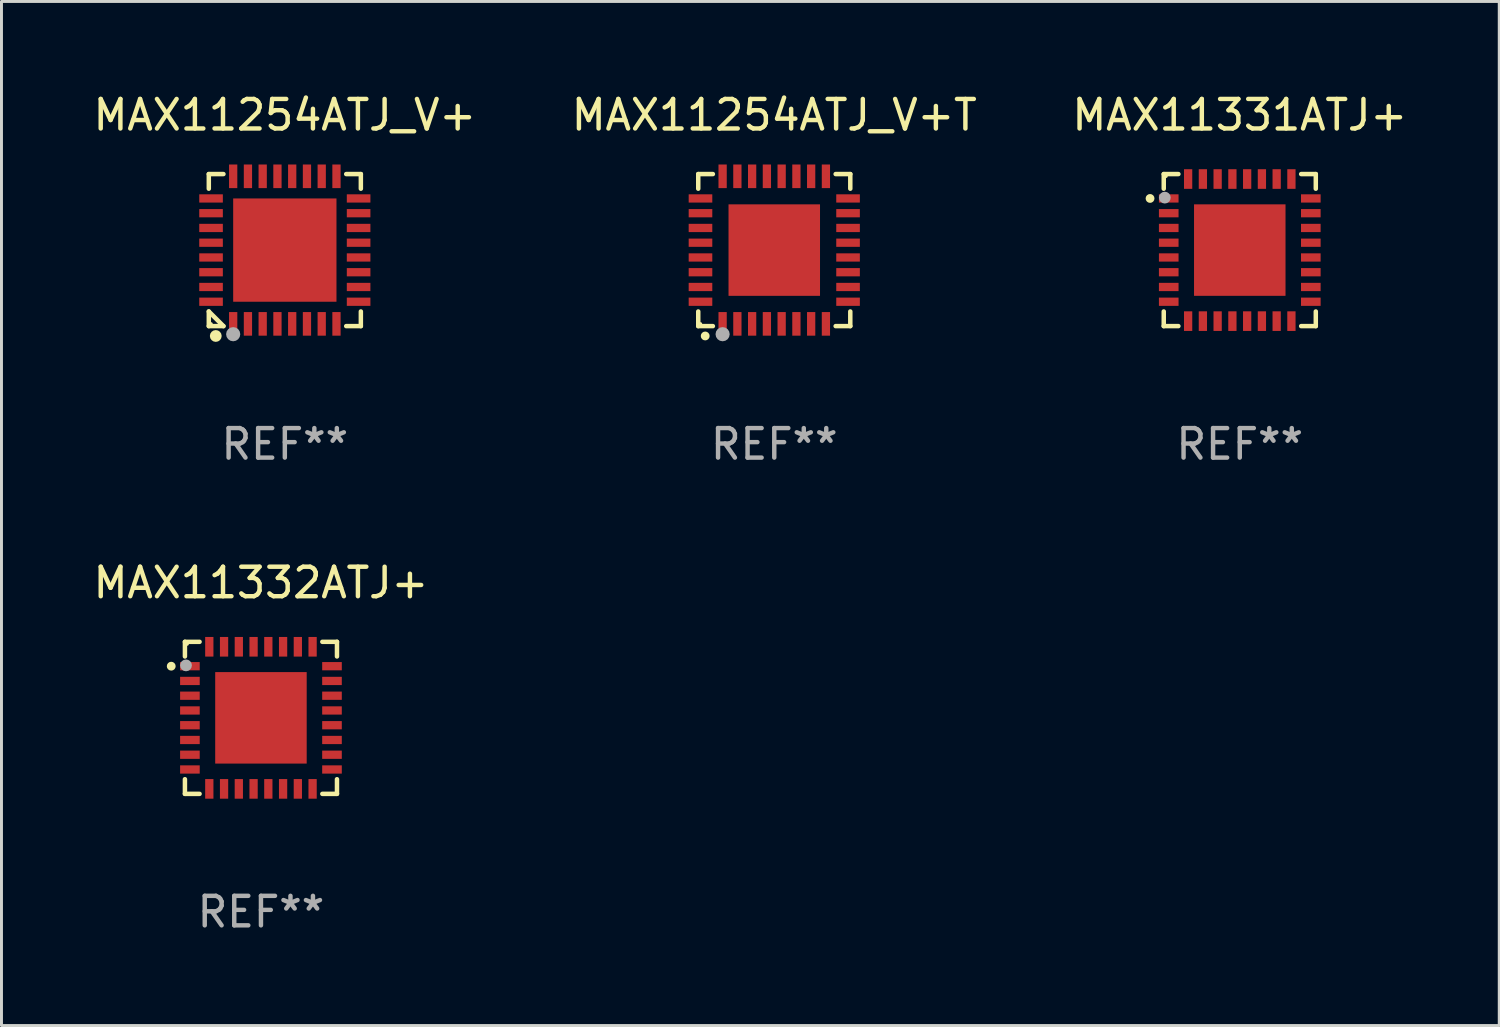
<source format=kicad_pcb>
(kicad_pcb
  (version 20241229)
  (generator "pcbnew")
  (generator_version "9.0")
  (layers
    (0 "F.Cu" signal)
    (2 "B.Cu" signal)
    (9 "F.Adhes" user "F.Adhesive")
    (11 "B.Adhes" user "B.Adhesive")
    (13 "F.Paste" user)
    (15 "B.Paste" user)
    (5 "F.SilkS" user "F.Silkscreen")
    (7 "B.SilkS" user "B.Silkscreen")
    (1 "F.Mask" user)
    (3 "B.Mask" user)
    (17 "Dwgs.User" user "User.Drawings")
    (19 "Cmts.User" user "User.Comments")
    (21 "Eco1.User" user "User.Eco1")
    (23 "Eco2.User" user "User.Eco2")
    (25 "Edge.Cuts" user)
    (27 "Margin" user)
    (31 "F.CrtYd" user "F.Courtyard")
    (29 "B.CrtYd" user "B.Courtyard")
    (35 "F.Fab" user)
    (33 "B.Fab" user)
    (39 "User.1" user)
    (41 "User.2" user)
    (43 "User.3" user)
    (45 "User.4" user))
  (footprint "MAX11331ATJ+"
    (layer "F.Cu")
    (at 38.958 5.424)
    (property "Reference" "MAX11331ATJ+" (at 0 -4.576 0) (layer "F.SilkS") (effects (font (size 1 1) (thickness 0.15))))
    (attr through_hole)
    (fp_line (start -2.576 -2.576) (end -2.576 -2.08) (stroke (width 0.152) (type solid)) (layer "F.SilkS"))
    (fp_line (start -2.576 2.576) (end -2.576 2.08) (stroke (width 0.152) (type solid)) (layer "F.SilkS"))
    (fp_line (start -2.08 -2.576) (end -2.576 -2.576) (stroke (width 0.152) (type solid)) (layer "F.SilkS"))
    (fp_line (start -2.08 2.576) (end -2.576 2.576) (stroke (width 0.152) (type solid)) (layer "F.SilkS"))
    (fp_line (start 2.08 -2.576) (end 2.576 -2.576) (stroke (width 0.152) (type solid)) (layer "F.SilkS"))
    (fp_line (start 2.08 2.576) (end 2.576 2.576) (stroke (width 0.152) (type solid)) (layer "F.SilkS"))
    (fp_line (start 2.576 -2.576) (end 2.576 -2.08) (stroke (width 0.152) (type solid)) (layer "F.SilkS"))
    (fp_line (start 2.576 2.576) (end 2.576 2.08) (stroke (width 0.152) (type solid)) (layer "F.SilkS"))
    (fp_circle (center -3.04 -1.75) (end -2.965 -1.75) (stroke (width 0.15) (type solid)) (fill no) (layer "F.SilkS"))
    (fp_circle (center -2.5 -2.5) (end -2.47 -2.5) (stroke (width 0.06) (type solid)) (fill no) (layer "F.SilkS"))
    (fp_circle (center -2.54 -1.778) (end -2.44 -1.778) (stroke (width 0.2) (type solid)) (fill no) (layer "F.Fab"))
    (fp_text user "REF**" (at 0 6.576 0) (layer "F.Fab") (effects (font (size 1 1) (thickness 0.15))))
    (pad "1" smd rect (at -2.407 -1.75) (size 0.665 0.28) (layers "F.Cu" "F.Mask" "F.Paste"))
    (pad "2" smd rect (at -2.407 -1.25) (size 0.665 0.28) (layers "F.Cu" "F.Mask" "F.Paste"))
    (pad "3" smd rect (at -2.407 -0.75) (size 0.665 0.28) (layers "F.Cu" "F.Mask" "F.Paste"))
    (pad "4" smd rect (at -2.407 -0.25) (size 0.665 0.28) (layers "F.Cu" "F.Mask" "F.Paste"))
    (pad "5" smd rect (at -2.407 0.25) (size 0.665 0.28) (layers "F.Cu" "F.Mask" "F.Paste"))
    (pad "6" smd rect (at -2.407 0.75) (size 0.665 0.28) (layers "F.Cu" "F.Mask" "F.Paste"))
    (pad "7" smd rect (at -2.407 1.25) (size 0.665 0.28) (layers "F.Cu" "F.Mask" "F.Paste"))
    (pad "8" smd rect (at -2.407 1.75) (size 0.665 0.28) (layers "F.Cu" "F.Mask" "F.Paste"))
    (pad "9" smd rect (at -1.75 2.407) (size 0.28 0.665) (layers "F.Cu" "F.Mask" "F.Paste"))
    (pad "10" smd rect (at -1.25 2.407) (size 0.28 0.665) (layers "F.Cu" "F.Mask" "F.Paste"))
    (pad "11" smd rect (at -0.75 2.407) (size 0.28 0.665) (layers "F.Cu" "F.Mask" "F.Paste"))
    (pad "12" smd rect (at -0.25 2.407) (size 0.28 0.665) (layers "F.Cu" "F.Mask" "F.Paste"))
    (pad "13" smd rect (at 0.25 2.407) (size 0.28 0.665) (layers "F.Cu" "F.Mask" "F.Paste"))
    (pad "14" smd rect (at 0.75 2.407) (size 0.28 0.665) (layers "F.Cu" "F.Mask" "F.Paste"))
    (pad "15" smd rect (at 1.25 2.407) (size 0.28 0.665) (layers "F.Cu" "F.Mask" "F.Paste"))
    (pad "16" smd rect (at 1.75 2.407) (size 0.28 0.665) (layers "F.Cu" "F.Mask" "F.Paste"))
    (pad "17" smd rect (at 2.407 1.75) (size 0.665 0.28) (layers "F.Cu" "F.Mask" "F.Paste"))
    (pad "18" smd rect (at 2.407 1.25) (size 0.665 0.28) (layers "F.Cu" "F.Mask" "F.Paste"))
    (pad "19" smd rect (at 2.407 0.75) (size 0.665 0.28) (layers "F.Cu" "F.Mask" "F.Paste"))
    (pad "20" smd rect (at 2.407 0.25) (size 0.665 0.28) (layers "F.Cu" "F.Mask" "F.Paste"))
    (pad "21" smd rect (at 2.407 -0.25) (size 0.665 0.28) (layers "F.Cu" "F.Mask" "F.Paste"))
    (pad "22" smd rect (at 2.407 -0.75) (size 0.665 0.28) (layers "F.Cu" "F.Mask" "F.Paste"))
    (pad "23" smd rect (at 2.407 -1.25) (size 0.665 0.28) (layers "F.Cu" "F.Mask" "F.Paste"))
    (pad "24" smd rect (at 2.407 -1.75) (size 0.665 0.28) (layers "F.Cu" "F.Mask" "F.Paste"))
    (pad "25" smd rect (at 1.75 -2.408) (size 0.28 0.665) (layers "F.Cu" "F.Mask" "F.Paste"))
    (pad "26" smd rect (at 1.25 -2.408) (size 0.28 0.665) (layers "F.Cu" "F.Mask" "F.Paste"))
    (pad "27" smd rect (at 0.75 -2.408) (size 0.28 0.665) (layers "F.Cu" "F.Mask" "F.Paste"))
    (pad "28" smd rect (at 0.25 -2.408) (size 0.28 0.665) (layers "F.Cu" "F.Mask" "F.Paste"))
    (pad "29" smd rect (at -0.25 -2.408) (size 0.28 0.665) (layers "F.Cu" "F.Mask" "F.Paste"))
    (pad "30" smd rect (at -0.75 -2.408) (size 0.28 0.665) (layers "F.Cu" "F.Mask" "F.Paste"))
    (pad "31" smd rect (at -1.25 -2.408) (size 0.28 0.665) (layers "F.Cu" "F.Mask" "F.Paste"))
    (pad "32" smd rect (at -1.75 -2.408) (size 0.28 0.665) (layers "F.Cu" "F.Mask" "F.Paste"))
    (pad "33" smd rect (at -0.000076 -0.000102) (size 3.1 3.1) (layers "F.Cu" "F.Mask" "F.Paste")))
  (footprint "MAX11254ATJ_V+T"
    (layer "F.Cu")
    (at 23.185 5.424)
    (property "Reference" "MAX11254ATJ_V+T" (at 0 -4.576 0) (layer "F.SilkS") (effects (font (size 1 1) (thickness 0.15))))
    (attr through_hole)
    (fp_line (start -2.576 -2.576) (end -2.08 -2.576) (stroke (width 0.152) (type solid)) (layer "F.SilkS"))
    (fp_line (start -2.576 -2.08) (end -2.576 -2.576) (stroke (width 0.152) (type solid)) (layer "F.SilkS"))
    (fp_line (start -2.576 2.08) (end -2.576 2.576) (stroke (width 0.152) (type solid)) (layer "F.SilkS"))
    (fp_line (start -2.576 2.576) (end -2.08 2.576) (stroke (width 0.152) (type solid)) (layer "F.SilkS"))
    (fp_line (start 2.576 -2.576) (end 2.08 -2.576) (stroke (width 0.152) (type solid)) (layer "F.SilkS"))
    (fp_line (start 2.576 -2.08) (end 2.576 -2.576) (stroke (width 0.152) (type solid)) (layer "F.SilkS"))
    (fp_line (start 2.576 2.08) (end 2.576 2.576) (stroke (width 0.152) (type solid)) (layer "F.SilkS"))
    (fp_line (start 2.576 2.576) (end 2.08 2.576) (stroke (width 0.152) (type solid)) (layer "F.SilkS"))
    (fp_circle (center -2.5 2.5) (end -2.47 2.5) (stroke (width 0.06) (type solid)) (fill no) (layer "F.SilkS"))
    (fp_circle (center -2.34 2.91) (end -2.265 2.91) (stroke (width 0.15) (type solid)) (fill no) (layer "F.SilkS"))
    (fp_circle (center -1.75 2.85) (end -1.63 2.85) (stroke (width 0.24) (type solid)) (fill no) (layer "F.Fab"))
    (fp_text user "REF**" (at 0 6.576 0) (layer "F.Fab") (effects (font (size 1 1) (thickness 0.15))))
    (pad "1" smd rect (at -1.75 2.5) (size 0.28 0.8) (layers "F.Cu" "F.Mask" "F.Paste"))
    (pad "2" smd rect (at -1.25 2.5) (size 0.28 0.8) (layers "F.Cu" "F.Mask" "F.Paste"))
    (pad "3" smd rect (at -0.75 2.5) (size 0.28 0.8) (layers "F.Cu" "F.Mask" "F.Paste"))
    (pad "4" smd rect (at -0.25 2.5) (size 0.28 0.8) (layers "F.Cu" "F.Mask" "F.Paste"))
    (pad "5" smd rect (at 0.25 2.5) (size 0.28 0.8) (layers "F.Cu" "F.Mask" "F.Paste"))
    (pad "6" smd rect (at 0.75 2.5) (size 0.28 0.8) (layers "F.Cu" "F.Mask" "F.Paste"))
    (pad "7" smd rect (at 1.25 2.5) (size 0.28 0.8) (layers "F.Cu" "F.Mask" "F.Paste"))
    (pad "8" smd rect (at 1.75 2.5) (size 0.28 0.8) (layers "F.Cu" "F.Mask" "F.Paste"))
    (pad "9" smd rect (at 2.5 1.75) (size 0.8 0.28) (layers "F.Cu" "F.Mask" "F.Paste"))
    (pad "10" smd rect (at 2.5 1.25) (size 0.8 0.28) (layers "F.Cu" "F.Mask" "F.Paste"))
    (pad "11" smd rect (at 2.5 0.75) (size 0.8 0.28) (layers "F.Cu" "F.Mask" "F.Paste"))
    (pad "12" smd rect (at 2.5 0.25) (size 0.8 0.28) (layers "F.Cu" "F.Mask" "F.Paste"))
    (pad "13" smd rect (at 2.5 -0.25) (size 0.8 0.28) (layers "F.Cu" "F.Mask" "F.Paste"))
    (pad "14" smd rect (at 2.5 -0.75) (size 0.8 0.28) (layers "F.Cu" "F.Mask" "F.Paste"))
    (pad "15" smd rect (at 2.5 -1.25) (size 0.8 0.28) (layers "F.Cu" "F.Mask" "F.Paste"))
    (pad "16" smd rect (at 2.5 -1.75) (size 0.8 0.28) (layers "F.Cu" "F.Mask" "F.Paste"))
    (pad "17" smd rect (at 1.75 -2.5) (size 0.28 0.8) (layers "F.Cu" "F.Mask" "F.Paste"))
    (pad "18" smd rect (at 1.25 -2.5) (size 0.28 0.8) (layers "F.Cu" "F.Mask" "F.Paste"))
    (pad "19" smd rect (at 0.75 -2.5) (size 0.28 0.8) (layers "F.Cu" "F.Mask" "F.Paste"))
    (pad "20" smd rect (at 0.25 -2.5) (size 0.28 0.8) (layers "F.Cu" "F.Mask" "F.Paste"))
    (pad "21" smd rect (at -0.25 -2.5) (size 0.28 0.8) (layers "F.Cu" "F.Mask" "F.Paste"))
    (pad "22" smd rect (at -0.75 -2.5) (size 0.28 0.8) (layers "F.Cu" "F.Mask" "F.Paste"))
    (pad "23" smd rect (at -1.25 -2.5) (size 0.28 0.8) (layers "F.Cu" "F.Mask" "F.Paste"))
    (pad "24" smd rect (at -1.75 -2.5) (size 0.28 0.8) (layers "F.Cu" "F.Mask" "F.Paste"))
    (pad "25" smd rect (at -2.5 -1.75) (size 0.8 0.28) (layers "F.Cu" "F.Mask" "F.Paste"))
    (pad "26" smd rect (at -2.5 -1.25) (size 0.8 0.28) (layers "F.Cu" "F.Mask" "F.Paste"))
    (pad "27" smd rect (at -2.5 -0.75) (size 0.8 0.28) (layers "F.Cu" "F.Mask" "F.Paste"))
    (pad "28" smd rect (at -2.5 -0.25) (size 0.8 0.28) (layers "F.Cu" "F.Mask" "F.Paste"))
    (pad "29" smd rect (at -2.5 0.25) (size 0.8 0.28) (layers "F.Cu" "F.Mask" "F.Paste"))
    (pad "30" smd rect (at -2.5 0.75) (size 0.8 0.28) (layers "F.Cu" "F.Mask" "F.Paste"))
    (pad "31" smd rect (at -2.5 1.25) (size 0.8 0.28) (layers "F.Cu" "F.Mask" "F.Paste"))
    (pad "32" smd rect (at -2.5 1.75) (size 0.8 0.28) (layers "F.Cu" "F.Mask" "F.Paste"))
    (pad "33" smd rect (at 0 0) (size 3.1 3.1) (layers "F.Cu" "F.Mask" "F.Paste")))
  (footprint "MAX11254ATJ_V+"
    (layer "F.Cu")
    (at 6.601 5.424)
    (property "Reference" "MAX11254ATJ_V+" (at 0 -4.576 0) (layer "F.SilkS") (effects (font (size 1 1) (thickness 0.15))))
    (attr through_hole)
    (fp_line (start -2.576 -2.576) (end -2.08 -2.576) (stroke (width 0.152) (type solid)) (layer "F.SilkS"))
    (fp_line (start -2.576 -2.08) (end -2.576 -2.576) (stroke (width 0.152) (type solid)) (layer "F.SilkS"))
    (fp_line (start -2.576 2.08) (end -2.576 2.576) (stroke (width 0.152) (type solid)) (layer "F.SilkS"))
    (fp_line (start -2.576 2.08) (end -2.08 2.576) (stroke (width 0.152) (type solid)) (layer "F.SilkS"))
    (fp_line (start -2.576 2.576) (end -2.08 2.576) (stroke (width 0.152) (type solid)) (layer "F.SilkS"))
    (fp_line (start 2.576 -2.576) (end 2.08 -2.576) (stroke (width 0.152) (type solid)) (layer "F.SilkS"))
    (fp_line (start 2.576 -2.08) (end 2.576 -2.576) (stroke (width 0.152) (type solid)) (layer "F.SilkS"))
    (fp_line (start 2.576 2.08) (end 2.576 2.576) (stroke (width 0.152) (type solid)) (layer "F.SilkS"))
    (fp_line (start 2.576 2.576) (end 2.08 2.576) (stroke (width 0.152) (type solid)) (layer "F.SilkS"))
    (fp_circle (center -2.5 2.5) (end -2.47 2.5) (stroke (width 0.06) (type solid)) (fill no) (layer "F.SilkS"))
    (fp_circle (center -2.34 2.91) (end -2.24 2.91) (stroke (width 0.2) (type solid)) (fill no) (layer "F.SilkS"))
    (fp_circle (center -1.75 2.85) (end -1.63 2.85) (stroke (width 0.24) (type solid)) (fill no) (layer "F.Fab"))
    (fp_text user "REF**" (at 0 6.576 0) (layer "F.Fab") (effects (font (size 1 1) (thickness 0.15))))
    (pad "1" smd rect (at -1.75 2.5) (size 0.28 0.8) (layers "F.Cu" "F.Mask" "F.Paste"))
    (pad "2" smd rect (at -1.25 2.5) (size 0.28 0.8) (layers "F.Cu" "F.Mask" "F.Paste"))
    (pad "3" smd rect (at -0.75 2.5) (size 0.28 0.8) (layers "F.Cu" "F.Mask" "F.Paste"))
    (pad "4" smd rect (at -0.25 2.5) (size 0.28 0.8) (layers "F.Cu" "F.Mask" "F.Paste"))
    (pad "5" smd rect (at 0.25 2.5) (size 0.28 0.8) (layers "F.Cu" "F.Mask" "F.Paste"))
    (pad "6" smd rect (at 0.75 2.5) (size 0.28 0.8) (layers "F.Cu" "F.Mask" "F.Paste"))
    (pad "7" smd rect (at 1.25 2.5) (size 0.28 0.8) (layers "F.Cu" "F.Mask" "F.Paste"))
    (pad "8" smd rect (at 1.75 2.5) (size 0.28 0.8) (layers "F.Cu" "F.Mask" "F.Paste"))
    (pad "9" smd rect (at 2.5 1.75) (size 0.8 0.28) (layers "F.Cu" "F.Mask" "F.Paste"))
    (pad "10" smd rect (at 2.5 1.25) (size 0.8 0.28) (layers "F.Cu" "F.Mask" "F.Paste"))
    (pad "11" smd rect (at 2.5 0.75) (size 0.8 0.28) (layers "F.Cu" "F.Mask" "F.Paste"))
    (pad "12" smd rect (at 2.5 0.25) (size 0.8 0.28) (layers "F.Cu" "F.Mask" "F.Paste"))
    (pad "13" smd rect (at 2.5 -0.25) (size 0.8 0.28) (layers "F.Cu" "F.Mask" "F.Paste"))
    (pad "14" smd rect (at 2.5 -0.75) (size 0.8 0.28) (layers "F.Cu" "F.Mask" "F.Paste"))
    (pad "15" smd rect (at 2.5 -1.25) (size 0.8 0.28) (layers "F.Cu" "F.Mask" "F.Paste"))
    (pad "16" smd rect (at 2.5 -1.75) (size 0.8 0.28) (layers "F.Cu" "F.Mask" "F.Paste"))
    (pad "17" smd rect (at 1.75 -2.5) (size 0.28 0.8) (layers "F.Cu" "F.Mask" "F.Paste"))
    (pad "18" smd rect (at 1.25 -2.5) (size 0.28 0.8) (layers "F.Cu" "F.Mask" "F.Paste"))
    (pad "19" smd rect (at 0.75 -2.5) (size 0.28 0.8) (layers "F.Cu" "F.Mask" "F.Paste"))
    (pad "20" smd rect (at 0.25 -2.5) (size 0.28 0.8) (layers "F.Cu" "F.Mask" "F.Paste"))
    (pad "21" smd rect (at -0.25 -2.5) (size 0.28 0.8) (layers "F.Cu" "F.Mask" "F.Paste"))
    (pad "22" smd rect (at -0.75 -2.5) (size 0.28 0.8) (layers "F.Cu" "F.Mask" "F.Paste"))
    (pad "23" smd rect (at -1.25 -2.5) (size 0.28 0.8) (layers "F.Cu" "F.Mask" "F.Paste"))
    (pad "24" smd rect (at -1.75 -2.5) (size 0.28 0.8) (layers "F.Cu" "F.Mask" "F.Paste"))
    (pad "25" smd rect (at -2.5 -1.75) (size 0.8 0.28) (layers "F.Cu" "F.Mask" "F.Paste"))
    (pad "26" smd rect (at -2.5 -1.25) (size 0.8 0.28) (layers "F.Cu" "F.Mask" "F.Paste"))
    (pad "27" smd rect (at -2.5 -0.75) (size 0.8 0.28) (layers "F.Cu" "F.Mask" "F.Paste"))
    (pad "28" smd rect (at -2.5 -0.25) (size 0.8 0.28) (layers "F.Cu" "F.Mask" "F.Paste"))
    (pad "29" smd rect (at -2.5 0.25) (size 0.8 0.28) (layers "F.Cu" "F.Mask" "F.Paste"))
    (pad "30" smd rect (at -2.5 0.75) (size 0.8 0.28) (layers "F.Cu" "F.Mask" "F.Paste"))
    (pad "31" smd rect (at -2.5 1.25) (size 0.8 0.28) (layers "F.Cu" "F.Mask" "F.Paste"))
    (pad "32" smd rect (at -2.5 1.75) (size 0.8 0.28) (layers "F.Cu" "F.Mask" "F.Paste"))
    (pad "33" smd rect (at 0 0) (size 3.5 3.5) (layers "F.Cu" "F.Mask" "F.Paste")))
  (footprint "MAX11332ATJ+"
    (layer "F.Cu")
    (at 5.792 21.273)
    (property "Reference" "MAX11332ATJ+" (at 0 -4.576 0) (layer "F.SilkS") (effects (font (size 1 1) (thickness 0.15))))
    (attr through_hole)
    (fp_line (start -2.576 -2.576) (end -2.576 -2.08) (stroke (width 0.152) (type solid)) (layer "F.SilkS"))
    (fp_line (start -2.576 2.576) (end -2.576 2.08) (stroke (width 0.152) (type solid)) (layer "F.SilkS"))
    (fp_line (start -2.08 -2.576) (end -2.576 -2.576) (stroke (width 0.152) (type solid)) (layer "F.SilkS"))
    (fp_line (start -2.08 2.576) (end -2.576 2.576) (stroke (width 0.152) (type solid)) (layer "F.SilkS"))
    (fp_line (start 2.08 -2.576) (end 2.576 -2.576) (stroke (width 0.152) (type solid)) (layer "F.SilkS"))
    (fp_line (start 2.08 2.576) (end 2.576 2.576) (stroke (width 0.152) (type solid)) (layer "F.SilkS"))
    (fp_line (start 2.576 -2.576) (end 2.576 -2.08) (stroke (width 0.152) (type solid)) (layer "F.SilkS"))
    (fp_line (start 2.576 2.576) (end 2.576 2.08) (stroke (width 0.152) (type solid)) (layer "F.SilkS"))
    (fp_circle (center -3.04 -1.75) (end -2.965 -1.75) (stroke (width 0.15) (type solid)) (fill no) (layer "F.SilkS"))
    (fp_circle (center -2.5 -2.5) (end -2.47 -2.5) (stroke (width 0.06) (type solid)) (fill no) (layer "F.SilkS"))
    (fp_circle (center -2.54 -1.778) (end -2.44 -1.778) (stroke (width 0.2) (type solid)) (fill no) (layer "F.Fab"))
    (fp_text user "REF**" (at 0 6.576 0) (layer "F.Fab") (effects (font (size 1 1) (thickness 0.15))))
    (pad "1" smd rect (at -2.407 -1.75) (size 0.665 0.28) (layers "F.Cu" "F.Mask" "F.Paste"))
    (pad "2" smd rect (at -2.407 -1.25) (size 0.665 0.28) (layers "F.Cu" "F.Mask" "F.Paste"))
    (pad "3" smd rect (at -2.407 -0.75) (size 0.665 0.28) (layers "F.Cu" "F.Mask" "F.Paste"))
    (pad "4" smd rect (at -2.407 -0.25) (size 0.665 0.28) (layers "F.Cu" "F.Mask" "F.Paste"))
    (pad "5" smd rect (at -2.407 0.25) (size 0.665 0.28) (layers "F.Cu" "F.Mask" "F.Paste"))
    (pad "6" smd rect (at -2.407 0.75) (size 0.665 0.28) (layers "F.Cu" "F.Mask" "F.Paste"))
    (pad "7" smd rect (at -2.407 1.25) (size 0.665 0.28) (layers "F.Cu" "F.Mask" "F.Paste"))
    (pad "8" smd rect (at -2.407 1.75) (size 0.665 0.28) (layers "F.Cu" "F.Mask" "F.Paste"))
    (pad "9" smd rect (at -1.75 2.407) (size 0.28 0.665) (layers "F.Cu" "F.Mask" "F.Paste"))
    (pad "10" smd rect (at -1.25 2.407) (size 0.28 0.665) (layers "F.Cu" "F.Mask" "F.Paste"))
    (pad "11" smd rect (at -0.75 2.407) (size 0.28 0.665) (layers "F.Cu" "F.Mask" "F.Paste"))
    (pad "12" smd rect (at -0.25 2.407) (size 0.28 0.665) (layers "F.Cu" "F.Mask" "F.Paste"))
    (pad "13" smd rect (at 0.25 2.407) (size 0.28 0.665) (layers "F.Cu" "F.Mask" "F.Paste"))
    (pad "14" smd rect (at 0.75 2.407) (size 0.28 0.665) (layers "F.Cu" "F.Mask" "F.Paste"))
    (pad "15" smd rect (at 1.25 2.407) (size 0.28 0.665) (layers "F.Cu" "F.Mask" "F.Paste"))
    (pad "16" smd rect (at 1.75 2.407) (size 0.28 0.665) (layers "F.Cu" "F.Mask" "F.Paste"))
    (pad "17" smd rect (at 2.407 1.75) (size 0.665 0.28) (layers "F.Cu" "F.Mask" "F.Paste"))
    (pad "18" smd rect (at 2.407 1.25) (size 0.665 0.28) (layers "F.Cu" "F.Mask" "F.Paste"))
    (pad "19" smd rect (at 2.407 0.75) (size 0.665 0.28) (layers "F.Cu" "F.Mask" "F.Paste"))
    (pad "20" smd rect (at 2.407 0.25) (size 0.665 0.28) (layers "F.Cu" "F.Mask" "F.Paste"))
    (pad "21" smd rect (at 2.407 -0.25) (size 0.665 0.28) (layers "F.Cu" "F.Mask" "F.Paste"))
    (pad "22" smd rect (at 2.407 -0.75) (size 0.665 0.28) (layers "F.Cu" "F.Mask" "F.Paste"))
    (pad "23" smd rect (at 2.407 -1.25) (size 0.665 0.28) (layers "F.Cu" "F.Mask" "F.Paste"))
    (pad "24" smd rect (at 2.407 -1.75) (size 0.665 0.28) (layers "F.Cu" "F.Mask" "F.Paste"))
    (pad "25" smd rect (at 1.75 -2.408) (size 0.28 0.665) (layers "F.Cu" "F.Mask" "F.Paste"))
    (pad "26" smd rect (at 1.25 -2.408) (size 0.28 0.665) (layers "F.Cu" "F.Mask" "F.Paste"))
    (pad "27" smd rect (at 0.75 -2.408) (size 0.28 0.665) (layers "F.Cu" "F.Mask" "F.Paste"))
    (pad "28" smd rect (at 0.25 -2.408) (size 0.28 0.665) (layers "F.Cu" "F.Mask" "F.Paste"))
    (pad "29" smd rect (at -0.25 -2.408) (size 0.28 0.665) (layers "F.Cu" "F.Mask" "F.Paste"))
    (pad "30" smd rect (at -0.75 -2.408) (size 0.28 0.665) (layers "F.Cu" "F.Mask" "F.Paste"))
    (pad "31" smd rect (at -1.25 -2.408) (size 0.28 0.665) (layers "F.Cu" "F.Mask" "F.Paste"))
    (pad "32" smd rect (at -1.75 -2.408) (size 0.28 0.665) (layers "F.Cu" "F.Mask" "F.Paste"))
    (pad "33" smd rect (at -0.000076 -0.000102) (size 3.1 3.1) (layers "F.Cu" "F.Mask" "F.Paste")))
  (gr_rect
    (start -3 -3)
    (end 47.75 31.698)
    (stroke (width 0.1) (type default))
    (fill no)
    (layer "Edge.Cuts")))
</source>
